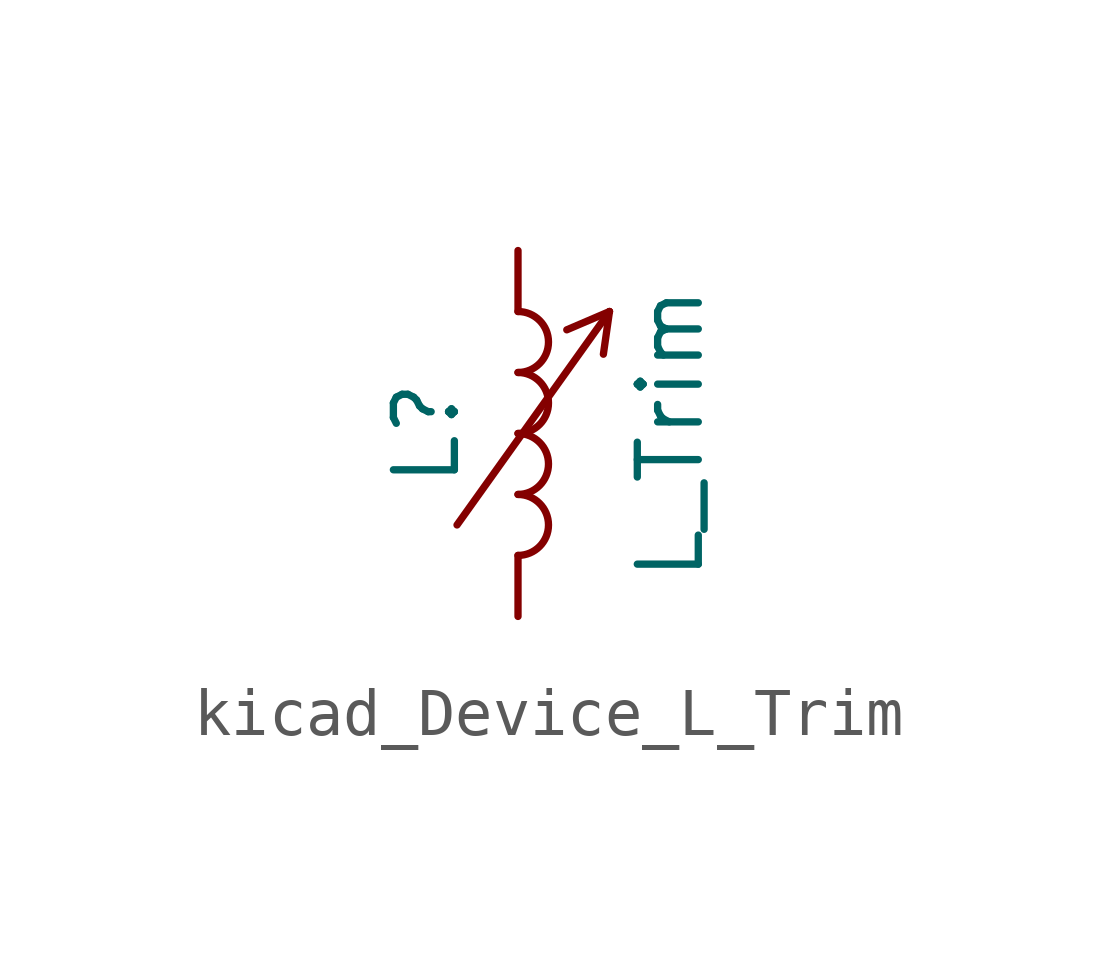
<source format=kicad_sym>
(kicad_symbol_lib
  (version 20220914)
  (generator kicad_symbol_editor)
  (symbol "kicad_Device_L_Trim"
    (pin_numbers hide)
    (pin_names
      (offset 1.016) hide)
    (property "Reference" "L"
      (at -1.905 0 90)
      (effects (font (size 1.27 1.27))))
    (property "Value" "L_Trim"
      (at 3.175 0 90)
      (effects (font (size 1.27 1.27))))
    (symbol "kicad_Device_L_Trim_0_1"
      (arc (start 0 -2.54) (mid 0.6323 -1.905) (end 0 -1.27) (stroke (width 0) (type default)) (fill (type none)))
      (arc (start 0 -1.27) (mid 0.6323 -0.635) (end 0 0) (stroke (width 0) (type default)) (fill (type none)))
      (polyline (pts (xy -1.27 -1.905) (xy 1.905 2.54)) (stroke (width 0) (type default)) (fill (type none)))
      (polyline (pts (xy 1.905 2.54) (xy 1.016 2.159)) (stroke (width 0) (type default)) (fill (type none)))
      (polyline (pts (xy 1.905 2.54) (xy 1.778 1.651)) (stroke (width 0) (type default)) (fill (type none)))
      (arc (start 0 0) (mid 0.6323 0.635) (end 0 1.27) (stroke (width 0) (type default)) (fill (type none)))
      (arc (start 0 1.27) (mid 0.6323 1.905) (end 0 2.54) (stroke (width 0) (type default)) (fill (type none))))
    (symbol "kicad_Device_L_Trim_1_1"
      (pin passive line (at 0 3.81 270) (length 1.27) (name "1" (effects (font (size 1.27 1.27)))) (number "1" (effects (font (size 1.27 1.27)))))
      (pin passive line (at 0 -3.81 90) (length 1.27) (name "2" (effects (font (size 1.27 1.27)))) (number "2" (effects (font (size 1.27 1.27))))))))
</source>
